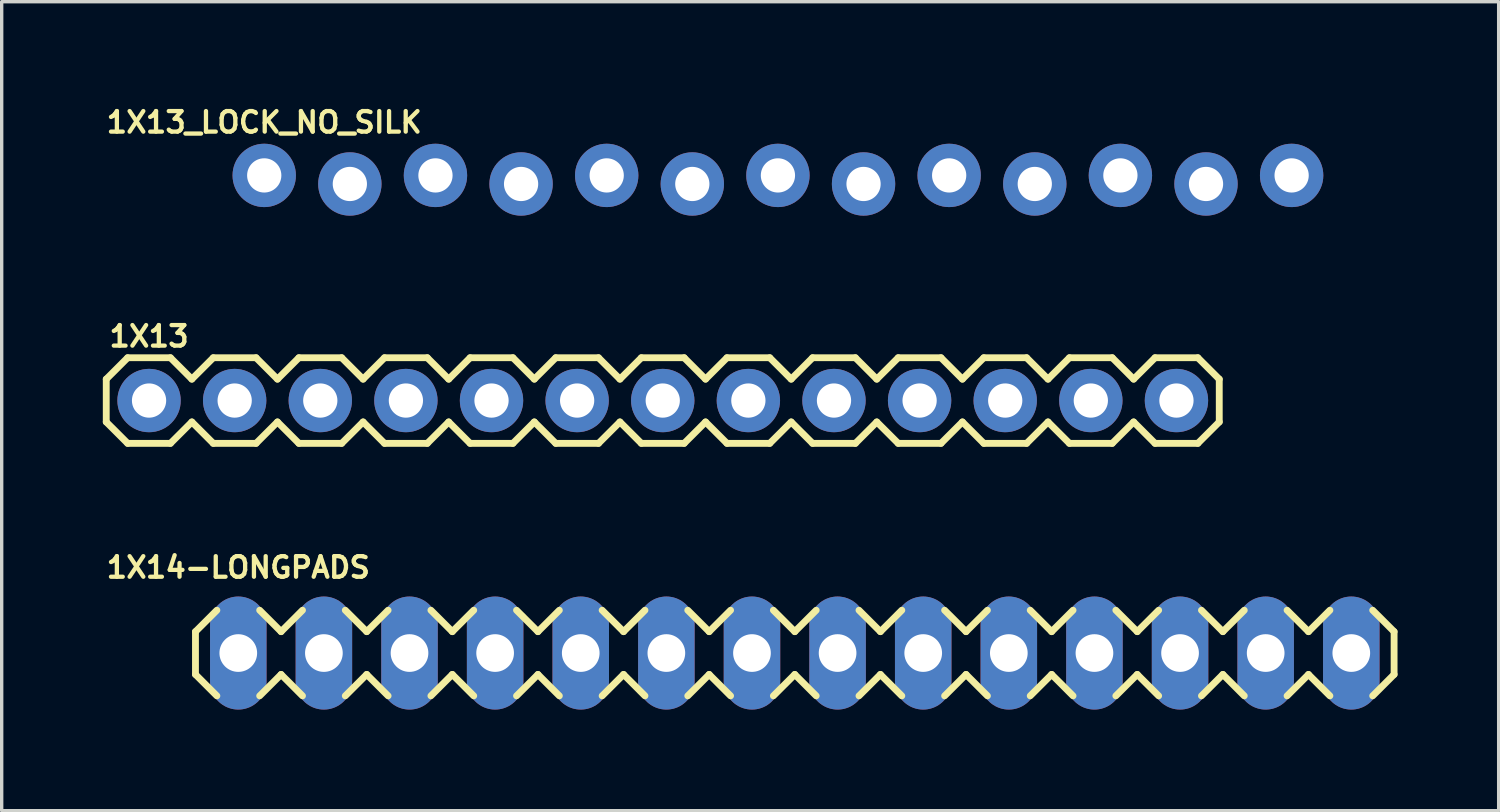
<source format=kicad_pcb>
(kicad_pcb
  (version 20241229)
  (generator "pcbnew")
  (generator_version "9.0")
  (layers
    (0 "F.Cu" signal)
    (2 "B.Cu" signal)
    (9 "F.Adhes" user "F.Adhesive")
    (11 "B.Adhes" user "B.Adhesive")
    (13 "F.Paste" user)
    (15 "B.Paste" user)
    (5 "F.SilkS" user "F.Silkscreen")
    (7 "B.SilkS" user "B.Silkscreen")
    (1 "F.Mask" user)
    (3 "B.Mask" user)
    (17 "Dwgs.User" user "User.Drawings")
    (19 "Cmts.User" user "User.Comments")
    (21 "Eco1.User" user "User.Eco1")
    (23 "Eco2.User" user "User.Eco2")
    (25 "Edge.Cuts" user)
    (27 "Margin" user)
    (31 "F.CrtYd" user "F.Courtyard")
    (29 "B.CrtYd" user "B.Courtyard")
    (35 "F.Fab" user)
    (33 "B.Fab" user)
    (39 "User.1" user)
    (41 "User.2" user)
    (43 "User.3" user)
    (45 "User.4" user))
  (footprint "1X13"
    (layer "F.Cu")
    (at 1.372 8.833)
    (property "Reference" "1X13" (at 0 -1.905 0) (layer "F.SilkS") (effects (font (size 0.61 0.61) (thickness 0.127))))
    (attr exclude_from_pos_files exclude_from_bom)
    (fp_line (start -1.27 -0.635) (end -1.27 0.635) (stroke (width 0.203) (type solid)) (layer "F.SilkS"))
    (fp_line (start -1.27 0.635) (end -0.635 1.27) (stroke (width 0.203) (type solid)) (layer "F.SilkS"))
    (fp_line (start -0.635 -1.27) (end -1.27 -0.635) (stroke (width 0.203) (type solid)) (layer "F.SilkS"))
    (fp_line (start -0.635 -1.27) (end 0.635 -1.27) (stroke (width 0.203) (type solid)) (layer "F.SilkS"))
    (fp_line (start 0.635 -1.27) (end 1.27 -0.635) (stroke (width 0.203) (type solid)) (layer "F.SilkS"))
    (fp_line (start 0.635 1.27) (end -0.635 1.27) (stroke (width 0.203) (type solid)) (layer "F.SilkS"))
    (fp_line (start 1.27 -0.635) (end 1.905 -1.27) (stroke (width 0.203) (type solid)) (layer "F.SilkS"))
    (fp_line (start 1.27 0.635) (end 0.635 1.27) (stroke (width 0.203) (type solid)) (layer "F.SilkS"))
    (fp_line (start 1.905 -1.27) (end 3.175 -1.27) (stroke (width 0.203) (type solid)) (layer "F.SilkS"))
    (fp_line (start 1.905 1.27) (end 1.27 0.635) (stroke (width 0.203) (type solid)) (layer "F.SilkS"))
    (fp_line (start 3.175 -1.27) (end 3.81 -0.635) (stroke (width 0.203) (type solid)) (layer "F.SilkS"))
    (fp_line (start 3.175 1.27) (end 1.905 1.27) (stroke (width 0.203) (type solid)) (layer "F.SilkS"))
    (fp_line (start 3.81 -0.635) (end 4.445 -1.27) (stroke (width 0.203) (type solid)) (layer "F.SilkS"))
    (fp_line (start 3.81 0.635) (end 3.175 1.27) (stroke (width 0.203) (type solid)) (layer "F.SilkS"))
    (fp_line (start 4.445 -1.27) (end 5.715 -1.27) (stroke (width 0.203) (type solid)) (layer "F.SilkS"))
    (fp_line (start 4.445 1.27) (end 3.81 0.635) (stroke (width 0.203) (type solid)) (layer "F.SilkS"))
    (fp_line (start 5.715 -1.27) (end 6.35 -0.635) (stroke (width 0.203) (type solid)) (layer "F.SilkS"))
    (fp_line (start 5.715 1.27) (end 4.445 1.27) (stroke (width 0.203) (type solid)) (layer "F.SilkS"))
    (fp_line (start 6.35 0.635) (end 5.715 1.27) (stroke (width 0.203) (type solid)) (layer "F.SilkS"))
    (fp_line (start 6.35 0.635) (end 6.985 1.27) (stroke (width 0.203) (type solid)) (layer "F.SilkS"))
    (fp_line (start 6.985 -1.27) (end 6.35 -0.635) (stroke (width 0.203) (type solid)) (layer "F.SilkS"))
    (fp_line (start 6.985 -1.27) (end 8.255 -1.27) (stroke (width 0.203) (type solid)) (layer "F.SilkS"))
    (fp_line (start 8.255 -1.27) (end 8.89 -0.635) (stroke (width 0.203) (type solid)) (layer "F.SilkS"))
    (fp_line (start 8.255 1.27) (end 6.985 1.27) (stroke (width 0.203) (type solid)) (layer "F.SilkS"))
    (fp_line (start 8.89 -0.635) (end 9.525 -1.27) (stroke (width 0.203) (type solid)) (layer "F.SilkS"))
    (fp_line (start 8.89 0.635) (end 8.255 1.27) (stroke (width 0.203) (type solid)) (layer "F.SilkS"))
    (fp_line (start 9.525 -1.27) (end 10.795 -1.27) (stroke (width 0.203) (type solid)) (layer "F.SilkS"))
    (fp_line (start 9.525 1.27) (end 8.89 0.635) (stroke (width 0.203) (type solid)) (layer "F.SilkS"))
    (fp_line (start 10.795 -1.27) (end 11.43 -0.635) (stroke (width 0.203) (type solid)) (layer "F.SilkS"))
    (fp_line (start 10.795 1.27) (end 9.525 1.27) (stroke (width 0.203) (type solid)) (layer "F.SilkS"))
    (fp_line (start 11.43 -0.635) (end 12.065 -1.27) (stroke (width 0.203) (type solid)) (layer "F.SilkS"))
    (fp_line (start 11.43 0.635) (end 10.795 1.27) (stroke (width 0.203) (type solid)) (layer "F.SilkS"))
    (fp_line (start 12.065 -1.27) (end 13.335 -1.27) (stroke (width 0.203) (type solid)) (layer "F.SilkS"))
    (fp_line (start 12.065 1.27) (end 11.43 0.635) (stroke (width 0.203) (type solid)) (layer "F.SilkS"))
    (fp_line (start 13.335 -1.27) (end 13.97 -0.635) (stroke (width 0.203) (type solid)) (layer "F.SilkS"))
    (fp_line (start 13.335 1.27) (end 12.065 1.27) (stroke (width 0.203) (type solid)) (layer "F.SilkS"))
    (fp_line (start 13.97 0.635) (end 13.335 1.27) (stroke (width 0.203) (type solid)) (layer "F.SilkS"))
    (fp_line (start 13.97 0.635) (end 14.605 1.27) (stroke (width 0.203) (type solid)) (layer "F.SilkS"))
    (fp_line (start 14.605 -1.27) (end 13.97 -0.635) (stroke (width 0.203) (type solid)) (layer "F.SilkS"))
    (fp_line (start 14.605 -1.27) (end 15.875 -1.27) (stroke (width 0.203) (type solid)) (layer "F.SilkS"))
    (fp_line (start 15.875 -1.27) (end 16.51 -0.635) (stroke (width 0.203) (type solid)) (layer "F.SilkS"))
    (fp_line (start 15.875 1.27) (end 14.605 1.27) (stroke (width 0.203) (type solid)) (layer "F.SilkS"))
    (fp_line (start 16.51 0.635) (end 15.875 1.27) (stroke (width 0.203) (type solid)) (layer "F.SilkS"))
    (fp_line (start 16.51 0.635) (end 17.145 1.27) (stroke (width 0.203) (type solid)) (layer "F.SilkS"))
    (fp_line (start 17.145 -1.27) (end 16.51 -0.635) (stroke (width 0.203) (type solid)) (layer "F.SilkS"))
    (fp_line (start 17.145 -1.27) (end 18.415 -1.27) (stroke (width 0.203) (type solid)) (layer "F.SilkS"))
    (fp_line (start 18.415 -1.27) (end 19.05 -0.635) (stroke (width 0.203) (type solid)) (layer "F.SilkS"))
    (fp_line (start 18.415 1.27) (end 17.145 1.27) (stroke (width 0.203) (type solid)) (layer "F.SilkS"))
    (fp_line (start 19.05 -0.635) (end 19.685 -1.27) (stroke (width 0.203) (type solid)) (layer "F.SilkS"))
    (fp_line (start 19.05 0.635) (end 18.415 1.27) (stroke (width 0.203) (type solid)) (layer "F.SilkS"))
    (fp_line (start 19.685 -1.27) (end 20.955 -1.27) (stroke (width 0.203) (type solid)) (layer "F.SilkS"))
    (fp_line (start 19.685 1.27) (end 19.05 0.635) (stroke (width 0.203) (type solid)) (layer "F.SilkS"))
    (fp_line (start 20.955 -1.27) (end 21.59 -0.635) (stroke (width 0.203) (type solid)) (layer "F.SilkS"))
    (fp_line (start 20.955 1.27) (end 19.685 1.27) (stroke (width 0.203) (type solid)) (layer "F.SilkS"))
    (fp_line (start 21.59 -0.635) (end 22.225 -1.27) (stroke (width 0.203) (type solid)) (layer "F.SilkS"))
    (fp_line (start 21.59 0.635) (end 20.955 1.27) (stroke (width 0.203) (type solid)) (layer "F.SilkS"))
    (fp_line (start 22.225 -1.27) (end 23.495 -1.27) (stroke (width 0.203) (type solid)) (layer "F.SilkS"))
    (fp_line (start 22.225 1.27) (end 21.59 0.635) (stroke (width 0.203) (type solid)) (layer "F.SilkS"))
    (fp_line (start 23.495 -1.27) (end 24.13 -0.635) (stroke (width 0.203) (type solid)) (layer "F.SilkS"))
    (fp_line (start 23.495 1.27) (end 22.225 1.27) (stroke (width 0.203) (type solid)) (layer "F.SilkS"))
    (fp_line (start 24.13 0.635) (end 23.495 1.27) (stroke (width 0.203) (type solid)) (layer "F.SilkS"))
    (fp_line (start 24.13 0.635) (end 24.765 1.27) (stroke (width 0.203) (type solid)) (layer "F.SilkS"))
    (fp_line (start 24.765 -1.27) (end 24.13 -0.635) (stroke (width 0.203) (type solid)) (layer "F.SilkS"))
    (fp_line (start 24.765 -1.27) (end 26.035 -1.27) (stroke (width 0.203) (type solid)) (layer "F.SilkS"))
    (fp_line (start 26.035 -1.27) (end 26.67 -0.635) (stroke (width 0.203) (type solid)) (layer "F.SilkS"))
    (fp_line (start 26.035 1.27) (end 24.765 1.27) (stroke (width 0.203) (type solid)) (layer "F.SilkS"))
    (fp_line (start 26.67 -0.635) (end 27.305 -1.27) (stroke (width 0.203) (type solid)) (layer "F.SilkS"))
    (fp_line (start 26.67 0.635) (end 26.035 1.27) (stroke (width 0.203) (type solid)) (layer "F.SilkS"))
    (fp_line (start 27.305 -1.27) (end 28.575 -1.27) (stroke (width 0.203) (type solid)) (layer "F.SilkS"))
    (fp_line (start 27.305 1.27) (end 26.67 0.635) (stroke (width 0.203) (type solid)) (layer "F.SilkS"))
    (fp_line (start 28.575 -1.27) (end 29.21 -0.635) (stroke (width 0.203) (type solid)) (layer "F.SilkS"))
    (fp_line (start 28.575 1.27) (end 27.305 1.27) (stroke (width 0.203) (type solid)) (layer "F.SilkS"))
    (fp_line (start 29.21 -0.635) (end 29.845 -1.27) (stroke (width 0.203) (type solid)) (layer "F.SilkS"))
    (fp_line (start 29.21 0.635) (end 28.575 1.27) (stroke (width 0.203) (type solid)) (layer "F.SilkS"))
    (fp_line (start 29.845 -1.27) (end 31.115 -1.27) (stroke (width 0.203) (type solid)) (layer "F.SilkS"))
    (fp_line (start 29.845 1.27) (end 29.21 0.635) (stroke (width 0.203) (type solid)) (layer "F.SilkS"))
    (fp_line (start 31.115 -1.27) (end 31.75 -0.635) (stroke (width 0.203) (type solid)) (layer "F.SilkS"))
    (fp_line (start 31.115 1.27) (end 29.845 1.27) (stroke (width 0.203) (type solid)) (layer "F.SilkS"))
    (fp_line (start 31.75 0.635) (end 31.115 1.27) (stroke (width 0.203) (type solid)) (layer "F.SilkS"))
    (fp_line (start 31.75 0.635) (end 31.75 -0.635) (stroke (width 0.203) (type solid)) (layer "F.SilkS"))
    (pad "1" thru_hole circle (at 0 0) (size 1.88 1.88) (drill 1.016) (layers "*.Cu" "*.Mask"))
    (pad "2" thru_hole circle (at 2.54 0) (size 1.88 1.88) (drill 1.016) (layers "*.Cu" "*.Mask"))
    (pad "3" thru_hole circle (at 5.08 0) (size 1.88 1.88) (drill 1.016) (layers "*.Cu" "*.Mask"))
    (pad "4" thru_hole circle (at 7.62 0) (size 1.88 1.88) (drill 1.016) (layers "*.Cu" "*.Mask"))
    (pad "5" thru_hole circle (at 10.16 0) (size 1.88 1.88) (drill 1.016) (layers "*.Cu" "*.Mask"))
    (pad "6" thru_hole circle (at 12.7 0) (size 1.88 1.88) (drill 1.016) (layers "*.Cu" "*.Mask"))
    (pad "7" thru_hole circle (at 15.24 0) (size 1.88 1.88) (drill 1.016) (layers "*.Cu" "*.Mask"))
    (pad "8" thru_hole circle (at 17.78 0) (size 1.88 1.88) (drill 1.016) (layers "*.Cu" "*.Mask"))
    (pad "9" thru_hole circle (at 20.32 0) (size 1.88 1.88) (drill 1.016) (layers "*.Cu" "*.Mask"))
    (pad "10" thru_hole circle (at 22.86 0) (size 1.88 1.88) (drill 1.016) (layers "*.Cu" "*.Mask"))
    (pad "11" thru_hole circle (at 25.4 0) (size 1.88 1.88) (drill 1.016) (layers "*.Cu" "*.Mask"))
    (pad "12" thru_hole circle (at 27.94 0) (size 1.88 1.88) (drill 1.016) (layers "*.Cu" "*.Mask"))
    (pad "13" thru_hole circle (at 30.48 0) (size 1.88 1.88) (drill 1.016) (layers "*.Cu" "*.Mask")))
  (footprint "1X14-LONGPADS"
    (layer "F.Cu")
    (at 4.019 16.324)
    (property "Reference" "1X14-LONGPADS" (at 0 -2.54 0) (layer "F.SilkS") (effects (font (size 0.61 0.61) (thickness 0.127))))
    (attr exclude_from_pos_files exclude_from_bom)
    (fp_line (start -1.27 -0.635) (end -1.27 0.635) (stroke (width 0.203) (type solid)) (layer "F.SilkS"))
    (fp_line (start -1.27 0.635) (end -0.635 1.27) (stroke (width 0.203) (type solid)) (layer "F.SilkS"))
    (fp_line (start -0.635 -1.27) (end -1.27 -0.635) (stroke (width 0.203) (type solid)) (layer "F.SilkS"))
    (fp_line (start 0.635 -1.27) (end 1.27 -0.635) (stroke (width 0.203) (type solid)) (layer "F.SilkS"))
    (fp_line (start 1.27 -0.635) (end 1.905 -1.27) (stroke (width 0.203) (type solid)) (layer "F.SilkS"))
    (fp_line (start 1.27 0.635) (end 0.635 1.27) (stroke (width 0.203) (type solid)) (layer "F.SilkS"))
    (fp_line (start 1.905 1.27) (end 1.27 0.635) (stroke (width 0.203) (type solid)) (layer "F.SilkS"))
    (fp_line (start 3.175 -1.27) (end 3.81 -0.635) (stroke (width 0.203) (type solid)) (layer "F.SilkS"))
    (fp_line (start 3.81 -0.635) (end 4.445 -1.27) (stroke (width 0.203) (type solid)) (layer "F.SilkS"))
    (fp_line (start 3.81 0.635) (end 3.175 1.27) (stroke (width 0.203) (type solid)) (layer "F.SilkS"))
    (fp_line (start 4.445 1.27) (end 3.81 0.635) (stroke (width 0.203) (type solid)) (layer "F.SilkS"))
    (fp_line (start 5.715 -1.27) (end 6.35 -0.635) (stroke (width 0.203) (type solid)) (layer "F.SilkS"))
    (fp_line (start 6.35 0.635) (end 5.715 1.27) (stroke (width 0.203) (type solid)) (layer "F.SilkS"))
    (fp_line (start 6.35 0.635) (end 6.985 1.27) (stroke (width 0.203) (type solid)) (layer "F.SilkS"))
    (fp_line (start 6.985 -1.27) (end 6.35 -0.635) (stroke (width 0.203) (type solid)) (layer "F.SilkS"))
    (fp_line (start 8.255 -1.27) (end 8.89 -0.635) (stroke (width 0.203) (type solid)) (layer "F.SilkS"))
    (fp_line (start 8.89 -0.635) (end 9.525 -1.27) (stroke (width 0.203) (type solid)) (layer "F.SilkS"))
    (fp_line (start 8.89 0.635) (end 8.255 1.27) (stroke (width 0.203) (type solid)) (layer "F.SilkS"))
    (fp_line (start 9.525 1.27) (end 8.89 0.635) (stroke (width 0.203) (type solid)) (layer "F.SilkS"))
    (fp_line (start 10.795 -1.27) (end 11.43 -0.635) (stroke (width 0.203) (type solid)) (layer "F.SilkS"))
    (fp_line (start 11.43 -0.635) (end 12.065 -1.27) (stroke (width 0.203) (type solid)) (layer "F.SilkS"))
    (fp_line (start 11.43 0.635) (end 10.795 1.27) (stroke (width 0.203) (type solid)) (layer "F.SilkS"))
    (fp_line (start 12.065 1.27) (end 11.43 0.635) (stroke (width 0.203) (type solid)) (layer "F.SilkS"))
    (fp_line (start 13.335 -1.27) (end 13.97 -0.635) (stroke (width 0.203) (type solid)) (layer "F.SilkS"))
    (fp_line (start 13.97 0.635) (end 13.335 1.27) (stroke (width 0.203) (type solid)) (layer "F.SilkS"))
    (fp_line (start 13.97 0.635) (end 14.605 1.27) (stroke (width 0.203) (type solid)) (layer "F.SilkS"))
    (fp_line (start 14.605 -1.27) (end 13.97 -0.635) (stroke (width 0.203) (type solid)) (layer "F.SilkS"))
    (fp_line (start 15.875 -1.27) (end 16.51 -0.635) (stroke (width 0.203) (type solid)) (layer "F.SilkS"))
    (fp_line (start 16.51 0.635) (end 15.875 1.27) (stroke (width 0.203) (type solid)) (layer "F.SilkS"))
    (fp_line (start 16.51 0.635) (end 17.145 1.27) (stroke (width 0.203) (type solid)) (layer "F.SilkS"))
    (fp_line (start 17.145 -1.27) (end 16.51 -0.635) (stroke (width 0.203) (type solid)) (layer "F.SilkS"))
    (fp_line (start 18.415 -1.27) (end 19.05 -0.635) (stroke (width 0.203) (type solid)) (layer "F.SilkS"))
    (fp_line (start 19.05 -0.635) (end 19.685 -1.27) (stroke (width 0.203) (type solid)) (layer "F.SilkS"))
    (fp_line (start 19.05 0.635) (end 18.415 1.27) (stroke (width 0.203) (type solid)) (layer "F.SilkS"))
    (fp_line (start 19.685 1.27) (end 19.05 0.635) (stroke (width 0.203) (type solid)) (layer "F.SilkS"))
    (fp_line (start 20.955 -1.27) (end 21.59 -0.635) (stroke (width 0.203) (type solid)) (layer "F.SilkS"))
    (fp_line (start 21.59 -0.635) (end 22.225 -1.27) (stroke (width 0.203) (type solid)) (layer "F.SilkS"))
    (fp_line (start 21.59 0.635) (end 20.955 1.27) (stroke (width 0.203) (type solid)) (layer "F.SilkS"))
    (fp_line (start 22.225 1.27) (end 21.59 0.635) (stroke (width 0.203) (type solid)) (layer "F.SilkS"))
    (fp_line (start 23.495 -1.27) (end 24.13 -0.635) (stroke (width 0.203) (type solid)) (layer "F.SilkS"))
    (fp_line (start 24.13 0.635) (end 23.495 1.27) (stroke (width 0.203) (type solid)) (layer "F.SilkS"))
    (fp_line (start 24.13 0.635) (end 24.765 1.27) (stroke (width 0.203) (type solid)) (layer "F.SilkS"))
    (fp_line (start 24.765 -1.27) (end 24.13 -0.635) (stroke (width 0.203) (type solid)) (layer "F.SilkS"))
    (fp_line (start 26.035 -1.27) (end 26.67 -0.635) (stroke (width 0.203) (type solid)) (layer "F.SilkS"))
    (fp_line (start 26.67 -0.635) (end 27.305 -1.27) (stroke (width 0.203) (type solid)) (layer "F.SilkS"))
    (fp_line (start 26.67 0.635) (end 26.035 1.27) (stroke (width 0.203) (type solid)) (layer "F.SilkS"))
    (fp_line (start 27.305 1.27) (end 26.67 0.635) (stroke (width 0.203) (type solid)) (layer "F.SilkS"))
    (fp_line (start 28.575 -1.27) (end 29.21 -0.635) (stroke (width 0.203) (type solid)) (layer "F.SilkS"))
    (fp_line (start 29.21 -0.635) (end 29.845 -1.27) (stroke (width 0.203) (type solid)) (layer "F.SilkS"))
    (fp_line (start 29.21 0.635) (end 28.575 1.27) (stroke (width 0.203) (type solid)) (layer "F.SilkS"))
    (fp_line (start 29.845 1.27) (end 29.21 0.635) (stroke (width 0.203) (type solid)) (layer "F.SilkS"))
    (fp_line (start 31.115 -1.27) (end 31.75 -0.635) (stroke (width 0.203) (type solid)) (layer "F.SilkS"))
    (fp_line (start 31.75 0.635) (end 31.115 1.27) (stroke (width 0.203) (type solid)) (layer "F.SilkS"))
    (fp_line (start 31.75 0.635) (end 32.385 1.27) (stroke (width 0.203) (type solid)) (layer "F.SilkS"))
    (fp_line (start 32.385 -1.27) (end 31.75 -0.635) (stroke (width 0.203) (type solid)) (layer "F.SilkS"))
    (fp_line (start 33.655 -1.27) (end 34.29 -0.635) (stroke (width 0.203) (type solid)) (layer "F.SilkS"))
    (fp_line (start 34.29 -0.635) (end 34.29 0.635) (stroke (width 0.203) (type solid)) (layer "F.SilkS"))
    (fp_line (start 34.29 0.635) (end 33.655 1.27) (stroke (width 0.203) (type solid)) (layer "F.SilkS"))
    (pad "1" thru_hole oval (at 0 0 180) (size 1.676 3.353) (drill 1.118) (layers "*.Cu" "*.Mask"))
    (pad "2" thru_hole oval (at 2.54 0 180) (size 1.676 3.353) (drill 1.118) (layers "*.Cu" "*.Mask"))
    (pad "3" thru_hole oval (at 5.08 0 180) (size 1.676 3.353) (drill 1.118) (layers "*.Cu" "*.Mask"))
    (pad "4" thru_hole oval (at 7.62 0 180) (size 1.676 3.353) (drill 1.118) (layers "*.Cu" "*.Mask"))
    (pad "5" thru_hole oval (at 10.16 0 180) (size 1.676 3.353) (drill 1.118) (layers "*.Cu" "*.Mask"))
    (pad "6" thru_hole oval (at 12.7 0 180) (size 1.676 3.353) (drill 1.118) (layers "*.Cu" "*.Mask"))
    (pad "7" thru_hole oval (at 15.24 0 180) (size 1.676 3.353) (drill 1.118) (layers "*.Cu" "*.Mask"))
    (pad "8" thru_hole oval (at 17.78 0 180) (size 1.676 3.353) (drill 1.118) (layers "*.Cu" "*.Mask"))
    (pad "9" thru_hole oval (at 20.32 0 180) (size 1.676 3.353) (drill 1.118) (layers "*.Cu" "*.Mask"))
    (pad "10" thru_hole oval (at 22.86 0 180) (size 1.676 3.353) (drill 1.118) (layers "*.Cu" "*.Mask"))
    (pad "11" thru_hole oval (at 25.4 0 180) (size 1.676 3.353) (drill 1.118) (layers "*.Cu" "*.Mask"))
    (pad "12" thru_hole oval (at 27.94 0 180) (size 1.676 3.353) (drill 1.118) (layers "*.Cu" "*.Mask"))
    (pad "13" thru_hole oval (at 30.48 0 180) (size 1.676 3.353) (drill 1.118) (layers "*.Cu" "*.Mask"))
    (pad "14" thru_hole oval (at 33.02 0 180) (size 1.676 3.353) (drill 1.118) (layers "*.Cu" "*.Mask")))
  (footprint "1X13_LOCK_NO_SILK"
    (layer "F.Cu")
    (at 4.789 2.281)
    (property "Reference" "1X13_LOCK_NO_SILK" (at 0 -1.702 0) (layer "F.SilkS") (effects (font (size 0.61 0.61) (thickness 0.127))))
    (attr exclude_from_pos_files exclude_from_bom)
    (pad "1" thru_hole circle (at 0 -0.127) (size 1.88 1.88) (drill 1.016) (layers "*.Cu" "*.Mask"))
    (pad "2" thru_hole circle (at 2.54 0.127) (size 1.88 1.88) (drill 1.016) (layers "*.Cu" "*.Mask"))
    (pad "3" thru_hole circle (at 5.08 -0.127) (size 1.88 1.88) (drill 1.016) (layers "*.Cu" "*.Mask"))
    (pad "4" thru_hole circle (at 7.62 0.127) (size 1.88 1.88) (drill 1.016) (layers "*.Cu" "*.Mask"))
    (pad "5" thru_hole circle (at 10.16 -0.127) (size 1.88 1.88) (drill 1.016) (layers "*.Cu" "*.Mask"))
    (pad "6" thru_hole circle (at 12.7 0.127) (size 1.88 1.88) (drill 1.016) (layers "*.Cu" "*.Mask"))
    (pad "7" thru_hole circle (at 15.24 -0.127) (size 1.88 1.88) (drill 1.016) (layers "*.Cu" "*.Mask"))
    (pad "8" thru_hole circle (at 17.78 0.127) (size 1.88 1.88) (drill 1.016) (layers "*.Cu" "*.Mask"))
    (pad "9" thru_hole circle (at 20.32 -0.127) (size 1.88 1.88) (drill 1.016) (layers "*.Cu" "*.Mask"))
    (pad "10" thru_hole circle (at 22.86 0.127) (size 1.88 1.88) (drill 1.016) (layers "*.Cu" "*.Mask"))
    (pad "11" thru_hole circle (at 25.4 -0.127) (size 1.88 1.88) (drill 1.016) (layers "*.Cu" "*.Mask"))
    (pad "12" thru_hole circle (at 27.94 0.127) (size 1.88 1.88) (drill 1.016) (layers "*.Cu" "*.Mask"))
    (pad "13" thru_hole circle (at 30.48 -0.127) (size 1.88 1.88) (drill 1.016) (layers "*.Cu" "*.Mask")))
  (gr_rect
    (start -3 -3)
    (end 41.411 21)
    (stroke (width 0.1) (type default))
    (fill no)
    (layer "Edge.Cuts")))
</source>
